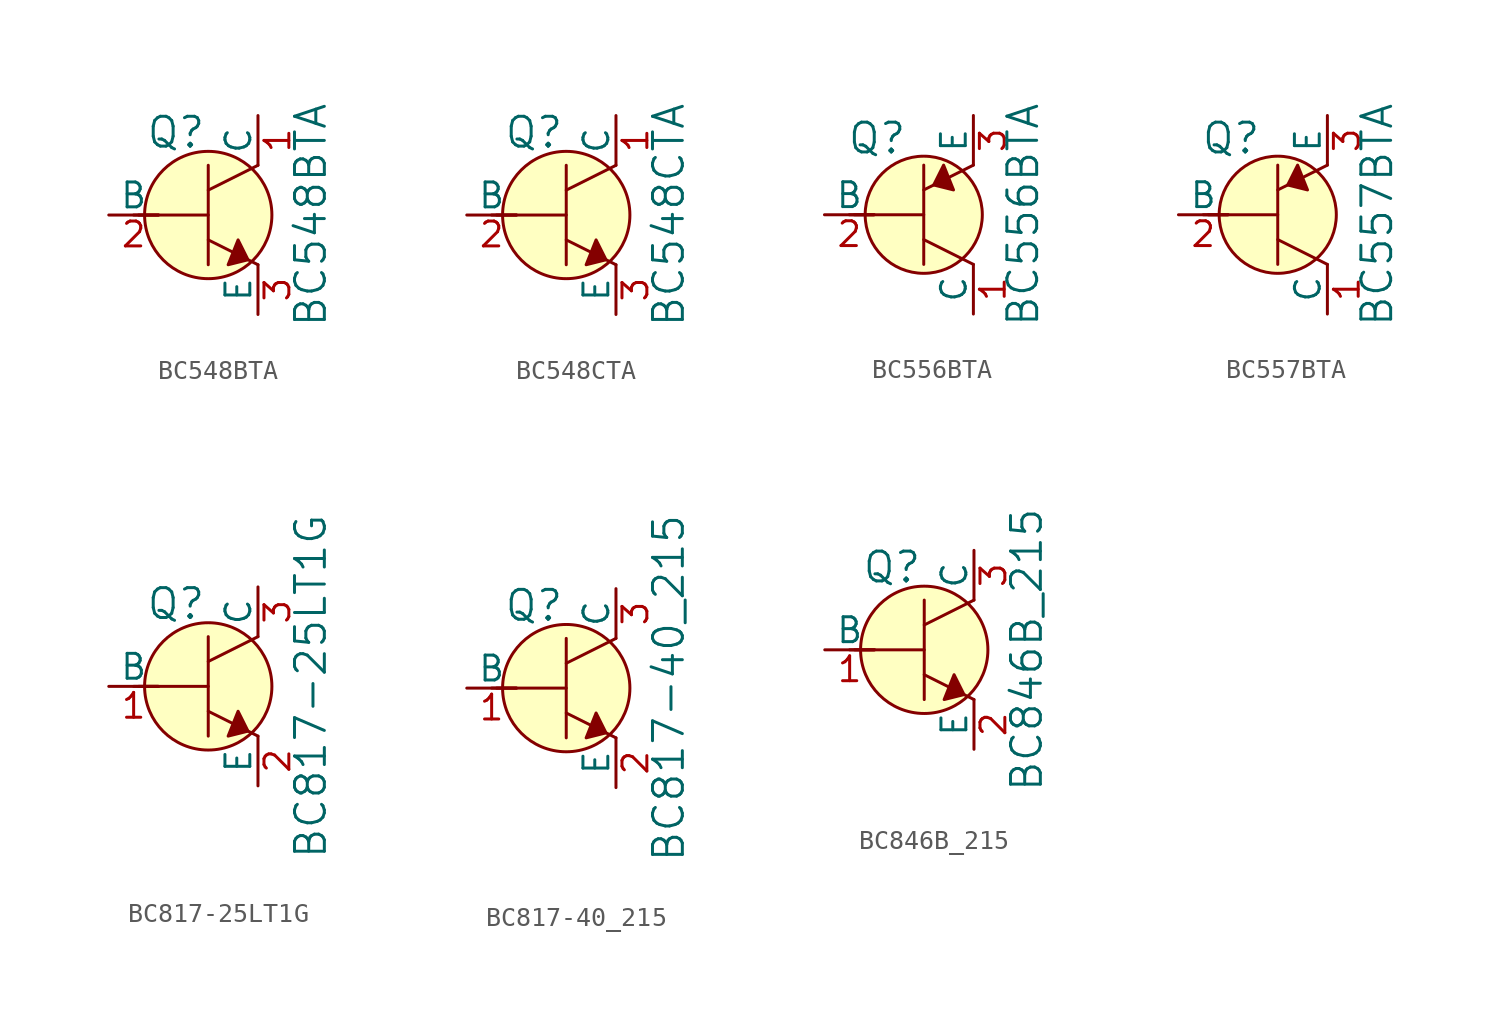
<source format=kicad_sym>
(kicad_symbol_lib
  (version 20211014)
  (generator kicad_symbol_editor)
  (symbol "BC548BTA"
    (pin_names
      (offset 0))
    (property "Reference" "Q"
      (at -3.2 4.216 0)
      (effects (font (size 1.524 1.524)) (justify left)))
    (property "Value" "BC548BTA"
      (at 5.232 0 90)
      (effects (font (size 1.524 1.524))))
    (symbol "BC548BTA_0_1"
      (polyline (pts (xy -3.81 0) (xy -2.54 0)) (stroke (width 0) (type default) (color 0 0 0 0)) (fill (type none)))
      (polyline (pts (xy -3.556 0) (xy 0 0)) (stroke (width 0) (type default) (color 0 0 0 0)) (fill (type none)))
      (polyline (pts (xy 0 -1.27) (xy 2.54 -2.54)) (stroke (width 0) (type default) (color 0 0 0 0)) (fill (type none)))
      (polyline (pts (xy 0 1.27) (xy 2.54 2.54)) (stroke (width 0) (type default) (color 0 0 0 0)) (fill (type none)))
      (polyline (pts (xy 0 2.54) (xy 0 -2.54)) (stroke (width 0) (type default) (color 0 0 0 0)) (fill (type none)))
      (polyline (pts (xy 1.524 -1.27) (xy 2.032 -2.286) (xy 1.016 -2.54) (xy 1.524 -1.27)) (stroke (width 0) (type default) (color 0 0 0 0)) (fill (type outline)))
      (circle (center 0 0) (radius 3.251) (stroke (width 0) (type default) (color 0 0 0 0)) (fill (type background))))
    (symbol "BC548BTA_1_1"
      (pin passive line (at 2.54 5.08 270) (length 2.54) (name "C" (effects (font (size 1.27 1.27)))) (number "1" (effects (font (size 1.27 1.27)))))
      (pin input line (at -5.08 0 0) (length 2.54) (name "B" (effects (font (size 1.27 1.27)))) (number "2" (effects (font (size 1.27 1.27)))))
      (pin passive line (at 2.54 -5.08 90) (length 2.54) (name "E" (effects (font (size 1.27 1.27)))) (number "3" (effects (font (size 1.27 1.27)))))))
  (symbol "BC548CTA"
    (pin_names
      (offset 0))
    (property "Reference" "Q"
      (at -3.2 4.216 0)
      (effects (font (size 1.524 1.524)) (justify left)))
    (property "Value" "BC548CTA"
      (at 5.232 0 90)
      (effects (font (size 1.524 1.524))))
    (symbol "BC548CTA_0_1"
      (polyline (pts (xy -3.81 0) (xy -2.54 0)) (stroke (width 0) (type default) (color 0 0 0 0)) (fill (type none)))
      (polyline (pts (xy -3.556 0) (xy 0 0)) (stroke (width 0) (type default) (color 0 0 0 0)) (fill (type none)))
      (polyline (pts (xy 0 -1.27) (xy 2.54 -2.54)) (stroke (width 0) (type default) (color 0 0 0 0)) (fill (type none)))
      (polyline (pts (xy 0 1.27) (xy 2.54 2.54)) (stroke (width 0) (type default) (color 0 0 0 0)) (fill (type none)))
      (polyline (pts (xy 0 2.54) (xy 0 -2.54)) (stroke (width 0) (type default) (color 0 0 0 0)) (fill (type none)))
      (polyline (pts (xy 1.524 -1.27) (xy 2.032 -2.286) (xy 1.016 -2.54) (xy 1.524 -1.27)) (stroke (width 0) (type default) (color 0 0 0 0)) (fill (type outline)))
      (circle (center 0 0) (radius 3.251) (stroke (width 0) (type default) (color 0 0 0 0)) (fill (type background))))
    (symbol "BC548CTA_1_1"
      (pin passive line (at 2.54 5.08 270) (length 2.54) (name "C" (effects (font (size 1.27 1.27)))) (number "1" (effects (font (size 1.27 1.27)))))
      (pin input line (at -5.08 0 0) (length 2.54) (name "B" (effects (font (size 1.27 1.27)))) (number "2" (effects (font (size 1.27 1.27)))))
      (pin passive line (at 2.54 -5.08 90) (length 2.54) (name "E" (effects (font (size 1.27 1.27)))) (number "3" (effects (font (size 1.27 1.27)))))))
  (symbol "BC556BTA"
    (pin_names
      (offset 0))
    (property "Reference" "Q"
      (at -2.388 3.912 0)
      (effects (font (size 1.524 1.524))))
    (property "Value" "BC556BTA"
      (at 5.08 0 90)
      (effects (font (size 1.524 1.524))))
    (symbol "BC556BTA_0_1"
      (polyline (pts (xy -3.81 0) (xy -2.54 0)) (stroke (width 0) (type default) (color 0 0 0 0)) (fill (type none)))
      (polyline (pts (xy -3.556 0) (xy 0 0)) (stroke (width 0) (type default) (color 0 0 0 0)) (fill (type none)))
      (polyline (pts (xy 0 -1.27) (xy 2.54 -2.54)) (stroke (width 0) (type default) (color 0 0 0 0)) (fill (type none)))
      (polyline (pts (xy 0 1.27) (xy 2.54 2.54)) (stroke (width 0) (type default) (color 0 0 0 0)) (fill (type none)))
      (polyline (pts (xy 0 2.54) (xy 0 -2.54)) (stroke (width 0) (type default) (color 0 0 0 0)) (fill (type none)))
      (polyline (pts (xy 1.016 2.54) (xy 0.508 1.524) (xy 1.524 1.27) (xy 1.016 2.54)) (stroke (width 0) (type default) (color 0 0 0 0)) (fill (type outline)))
      (circle (center 0 0) (radius 2.997) (stroke (width 0) (type default) (color 0 0 0 0)) (fill (type background))))
    (symbol "BC556BTA_1_1"
      (pin passive line (at 2.54 -5.08 90) (length 2.54) (name "C" (effects (font (size 1.27 1.27)))) (number "1" (effects (font (size 1.27 1.27)))))
      (pin input line (at -5.08 0 0) (length 2.54) (name "B" (effects (font (size 1.27 1.27)))) (number "2" (effects (font (size 1.27 1.27)))))
      (pin passive line (at 2.54 5.08 270) (length 2.54) (name "E" (effects (font (size 1.27 1.27)))) (number "3" (effects (font (size 1.27 1.27)))))))
  (symbol "BC557BTA"
    (pin_names
      (offset 0))
    (property "Reference" "Q"
      (at -2.388 3.912 0)
      (effects (font (size 1.524 1.524))))
    (property "Value" "BC557BTA"
      (at 5.08 0 90)
      (effects (font (size 1.524 1.524))))
    (symbol "BC557BTA_0_1"
      (polyline (pts (xy -3.81 0) (xy -2.54 0)) (stroke (width 0) (type default) (color 0 0 0 0)) (fill (type none)))
      (polyline (pts (xy -3.556 0) (xy 0 0)) (stroke (width 0) (type default) (color 0 0 0 0)) (fill (type none)))
      (polyline (pts (xy 0 -1.27) (xy 2.54 -2.54)) (stroke (width 0) (type default) (color 0 0 0 0)) (fill (type none)))
      (polyline (pts (xy 0 1.27) (xy 2.54 2.54)) (stroke (width 0) (type default) (color 0 0 0 0)) (fill (type none)))
      (polyline (pts (xy 0 2.54) (xy 0 -2.54)) (stroke (width 0) (type default) (color 0 0 0 0)) (fill (type none)))
      (polyline (pts (xy 1.016 2.54) (xy 0.508 1.524) (xy 1.524 1.27) (xy 1.016 2.54)) (stroke (width 0) (type default) (color 0 0 0 0)) (fill (type outline)))
      (circle (center 0 0) (radius 2.997) (stroke (width 0) (type default) (color 0 0 0 0)) (fill (type background))))
    (symbol "BC557BTA_1_1"
      (pin passive line (at 2.54 -5.08 90) (length 2.54) (name "C" (effects (font (size 1.27 1.27)))) (number "1" (effects (font (size 1.27 1.27)))))
      (pin input line (at -5.08 0 0) (length 2.54) (name "B" (effects (font (size 1.27 1.27)))) (number "2" (effects (font (size 1.27 1.27)))))
      (pin passive line (at 2.54 5.08 270) (length 2.54) (name "E" (effects (font (size 1.27 1.27)))) (number "3" (effects (font (size 1.27 1.27)))))))
  (symbol "BC817-25LT1G"
    (pin_names
      (offset 0))
    (property "Reference" "Q"
      (at -3.2 4.216 0)
      (effects (font (size 1.524 1.524)) (justify left)))
    (property "Value" "BC817-25LT1G"
      (at 5.232 0 90)
      (effects (font (size 1.524 1.524))))
    (symbol "BC817-25LT1G_0_1"
      (polyline (pts (xy -3.81 0) (xy -2.54 0)) (stroke (width 0) (type default) (color 0 0 0 0)) (fill (type none)))
      (polyline (pts (xy -3.556 0) (xy 0 0)) (stroke (width 0) (type default) (color 0 0 0 0)) (fill (type none)))
      (polyline (pts (xy 0 -1.27) (xy 2.54 -2.54)) (stroke (width 0) (type default) (color 0 0 0 0)) (fill (type none)))
      (polyline (pts (xy 0 1.27) (xy 2.54 2.54)) (stroke (width 0) (type default) (color 0 0 0 0)) (fill (type none)))
      (polyline (pts (xy 0 2.54) (xy 0 -2.54)) (stroke (width 0) (type default) (color 0 0 0 0)) (fill (type none)))
      (polyline (pts (xy 1.524 -1.27) (xy 2.032 -2.286) (xy 1.016 -2.54) (xy 1.524 -1.27)) (stroke (width 0) (type default) (color 0 0 0 0)) (fill (type outline)))
      (circle (center 0 0) (radius 3.251) (stroke (width 0) (type default) (color 0 0 0 0)) (fill (type background))))
    (symbol "BC817-25LT1G_1_1"
      (pin input line (at -5.08 0 0) (length 2.54) (name "B" (effects (font (size 1.27 1.27)))) (number "1" (effects (font (size 1.27 1.27)))))
      (pin passive line (at 2.54 -5.08 90) (length 2.54) (name "E" (effects (font (size 1.27 1.27)))) (number "2" (effects (font (size 1.27 1.27)))))
      (pin passive line (at 2.54 5.08 270) (length 2.54) (name "C" (effects (font (size 1.27 1.27)))) (number "3" (effects (font (size 1.27 1.27)))))))
  (symbol "BC817-40_215"
    (pin_names
      (offset 0))
    (property "Reference" "Q"
      (at -3.2 4.216 0)
      (effects (font (size 1.524 1.524)) (justify left)))
    (property "Value" "BC817-40_215"
      (at 5.232 0 90)
      (effects (font (size 1.524 1.524))))
    (symbol "BC817-40_215_0_1"
      (polyline (pts (xy -3.81 0) (xy -2.54 0)) (stroke (width 0) (type default) (color 0 0 0 0)) (fill (type none)))
      (polyline (pts (xy -3.556 0) (xy 0 0)) (stroke (width 0) (type default) (color 0 0 0 0)) (fill (type none)))
      (polyline (pts (xy 0 -1.27) (xy 2.54 -2.54)) (stroke (width 0) (type default) (color 0 0 0 0)) (fill (type none)))
      (polyline (pts (xy 0 1.27) (xy 2.54 2.54)) (stroke (width 0) (type default) (color 0 0 0 0)) (fill (type none)))
      (polyline (pts (xy 0 2.54) (xy 0 -2.54)) (stroke (width 0) (type default) (color 0 0 0 0)) (fill (type none)))
      (polyline (pts (xy 1.524 -1.27) (xy 2.032 -2.286) (xy 1.016 -2.54) (xy 1.524 -1.27)) (stroke (width 0) (type default) (color 0 0 0 0)) (fill (type outline)))
      (circle (center 0 0) (radius 3.251) (stroke (width 0) (type default) (color 0 0 0 0)) (fill (type background))))
    (symbol "BC817-40_215_1_1"
      (pin input line (at -5.08 0 0) (length 2.54) (name "B" (effects (font (size 1.27 1.27)))) (number "1" (effects (font (size 1.27 1.27)))))
      (pin passive line (at 2.54 -5.08 90) (length 2.54) (name "E" (effects (font (size 1.27 1.27)))) (number "2" (effects (font (size 1.27 1.27)))))
      (pin passive line (at 2.54 5.08 270) (length 2.54) (name "C" (effects (font (size 1.27 1.27)))) (number "3" (effects (font (size 1.27 1.27)))))))
  (symbol "BC846B_215"
    (pin_names
      (offset 0))
    (property "Reference" "Q"
      (at -3.2 4.216 0)
      (effects (font (size 1.524 1.524)) (justify left)))
    (property "Value" "BC846B_215"
      (at 5.232 0 90)
      (effects (font (size 1.524 1.524))))
    (symbol "BC846B_215_0_1"
      (polyline (pts (xy -3.81 0) (xy -2.54 0)) (stroke (width 0) (type default) (color 0 0 0 0)) (fill (type none)))
      (polyline (pts (xy -3.556 0) (xy 0 0)) (stroke (width 0) (type default) (color 0 0 0 0)) (fill (type none)))
      (polyline (pts (xy 0 -1.27) (xy 2.54 -2.54)) (stroke (width 0) (type default) (color 0 0 0 0)) (fill (type none)))
      (polyline (pts (xy 0 1.27) (xy 2.54 2.54)) (stroke (width 0) (type default) (color 0 0 0 0)) (fill (type none)))
      (polyline (pts (xy 0 2.54) (xy 0 -2.54)) (stroke (width 0) (type default) (color 0 0 0 0)) (fill (type none)))
      (polyline (pts (xy 1.524 -1.27) (xy 2.032 -2.286) (xy 1.016 -2.54) (xy 1.524 -1.27)) (stroke (width 0) (type default) (color 0 0 0 0)) (fill (type outline)))
      (circle (center 0 0) (radius 3.251) (stroke (width 0) (type default) (color 0 0 0 0)) (fill (type background))))
    (symbol "BC846B_215_1_1"
      (pin input line (at -5.08 0 0) (length 2.54) (name "B" (effects (font (size 1.27 1.27)))) (number "1" (effects (font (size 1.27 1.27)))))
      (pin passive line (at 2.54 -5.08 90) (length 2.54) (name "E" (effects (font (size 1.27 1.27)))) (number "2" (effects (font (size 1.27 1.27)))))
      (pin passive line (at 2.54 5.08 270) (length 2.54) (name "C" (effects (font (size 1.27 1.27)))) (number "3" (effects (font (size 1.27 1.27))))))))
</source>
